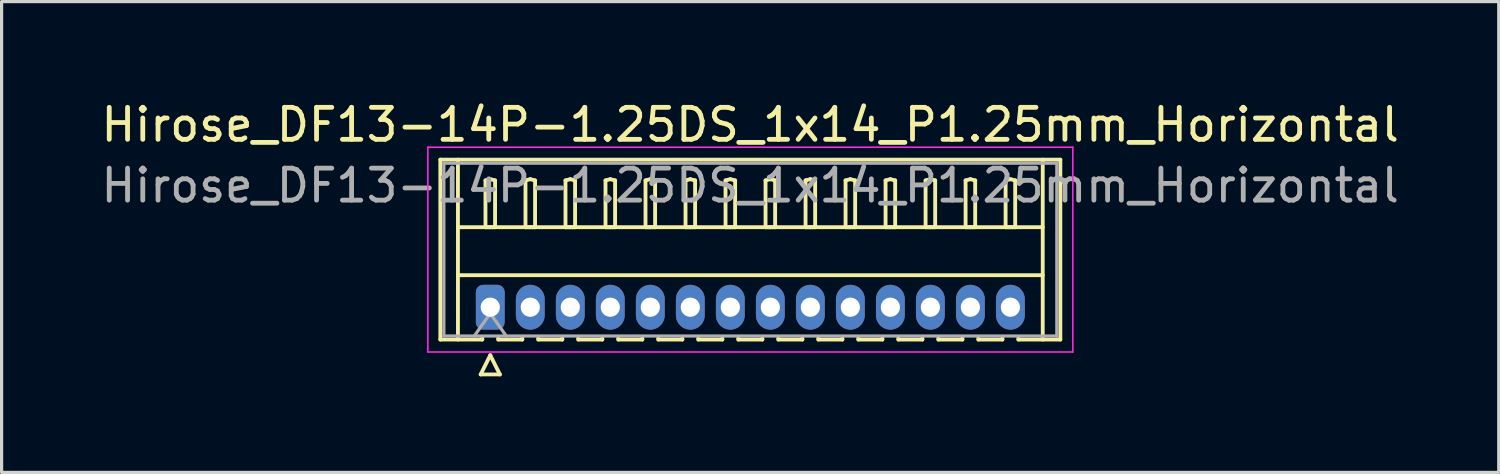
<source format=kicad_pcb>
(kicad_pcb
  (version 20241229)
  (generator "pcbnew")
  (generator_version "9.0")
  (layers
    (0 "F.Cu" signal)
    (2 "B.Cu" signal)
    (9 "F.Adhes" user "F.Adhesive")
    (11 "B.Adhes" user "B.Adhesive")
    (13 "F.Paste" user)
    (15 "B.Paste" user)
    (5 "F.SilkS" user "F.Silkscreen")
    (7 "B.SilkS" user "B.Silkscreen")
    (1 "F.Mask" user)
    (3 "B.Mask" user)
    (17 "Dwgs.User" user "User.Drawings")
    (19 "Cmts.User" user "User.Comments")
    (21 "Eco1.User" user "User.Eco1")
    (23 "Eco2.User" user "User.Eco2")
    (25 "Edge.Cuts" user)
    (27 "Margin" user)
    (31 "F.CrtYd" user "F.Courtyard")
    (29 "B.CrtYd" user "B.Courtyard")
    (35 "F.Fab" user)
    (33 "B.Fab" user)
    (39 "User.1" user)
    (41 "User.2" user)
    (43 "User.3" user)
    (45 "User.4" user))
  (footprint "Hirose_DF13-14P-1.25DS_1x14_P1.25mm_Horizontal"
    (layer "F.Cu")
    (at 12.267 6.548)
    (property "Reference" "Hirose_DF13-14P-1.25DS_1x14_P1.25mm_Horizontal" (at 8.12 -5.7 0) (layer "F.SilkS") (effects (font (size 1 1) (thickness 0.15))))
    (attr through_hole)
    (fp_line (start -1.56 -4.61) (end 17.81 -4.61) (stroke (width 0.12) (type solid)) (layer "F.SilkS"))
    (fp_line (start -1.56 1.01) (end -1.56 -4.61) (stroke (width 0.12) (type solid)) (layer "F.SilkS"))
    (fp_line (start -1.01 -4.61) (end -1.01 1.01) (stroke (width 0.12) (type solid)) (layer "F.SilkS"))
    (fp_line (start -1.01 -2.5) (end 17.26 -2.5) (stroke (width 0.12) (type solid)) (layer "F.SilkS"))
    (fp_line (start -1.01 -1) (end 17.26 -1) (stroke (width 0.12) (type solid)) (layer "F.SilkS"))
    (fp_line (start -0.3 2.1) (end 0.3 2.1) (stroke (width 0.12) (type solid)) (layer "F.SilkS"))
    (fp_line (start -0.25 0.96) (end -0.25 1.01) (stroke (width 0.12) (type solid)) (layer "F.SilkS"))
    (fp_line (start -0.25 1.01) (end -1.56 1.01) (stroke (width 0.12) (type solid)) (layer "F.SilkS"))
    (fp_line (start -0.15 -3.962) (end 0 -4) (stroke (width 0.12) (type solid)) (layer "F.SilkS"))
    (fp_line (start -0.15 -2.5) (end -0.15 -3.962) (stroke (width 0.12) (type solid)) (layer "F.SilkS"))
    (fp_line (start 0 -4) (end 0.15 -3.962) (stroke (width 0.12) (type solid)) (layer "F.SilkS"))
    (fp_line (start 0 -2.5) (end -0.15 -2.5) (stroke (width 0.12) (type solid)) (layer "F.SilkS"))
    (fp_line (start 0 1.5) (end -0.3 2.1) (stroke (width 0.12) (type solid)) (layer "F.SilkS"))
    (fp_line (start 0.15 -3.962) (end 0.15 -2.5) (stroke (width 0.12) (type solid)) (layer "F.SilkS"))
    (fp_line (start 0.15 -2.5) (end 0 -2.5) (stroke (width 0.12) (type solid)) (layer "F.SilkS"))
    (fp_line (start 0.25 0.96) (end 0.25 1.01) (stroke (width 0.12) (type solid)) (layer "F.SilkS"))
    (fp_line (start 0.25 1.01) (end 1 1.01) (stroke (width 0.12) (type solid)) (layer "F.SilkS"))
    (fp_line (start 0.3 2.1) (end 0 1.5) (stroke (width 0.12) (type solid)) (layer "F.SilkS"))
    (fp_line (start 1 1.01) (end 1 0.96) (stroke (width 0.12) (type solid)) (layer "F.SilkS"))
    (fp_line (start 1.1 -3.962) (end 1.25 -4) (stroke (width 0.12) (type solid)) (layer "F.SilkS"))
    (fp_line (start 1.1 -2.5) (end 1.1 -3.962) (stroke (width 0.12) (type solid)) (layer "F.SilkS"))
    (fp_line (start 1.25 -4) (end 1.4 -3.962) (stroke (width 0.12) (type solid)) (layer "F.SilkS"))
    (fp_line (start 1.25 -2.5) (end 1.1 -2.5) (stroke (width 0.12) (type solid)) (layer "F.SilkS"))
    (fp_line (start 1.4 -3.962) (end 1.4 -2.5) (stroke (width 0.12) (type solid)) (layer "F.SilkS"))
    (fp_line (start 1.4 -2.5) (end 1.25 -2.5) (stroke (width 0.12) (type solid)) (layer "F.SilkS"))
    (fp_line (start 1.5 0.96) (end 1.5 1.01) (stroke (width 0.12) (type solid)) (layer "F.SilkS"))
    (fp_line (start 1.5 1.01) (end 2.25 1.01) (stroke (width 0.12) (type solid)) (layer "F.SilkS"))
    (fp_line (start 2.25 1.01) (end 2.25 0.96) (stroke (width 0.12) (type solid)) (layer "F.SilkS"))
    (fp_line (start 2.35 -3.962) (end 2.5 -4) (stroke (width 0.12) (type solid)) (layer "F.SilkS"))
    (fp_line (start 2.35 -2.5) (end 2.35 -3.962) (stroke (width 0.12) (type solid)) (layer "F.SilkS"))
    (fp_line (start 2.5 -4) (end 2.65 -3.962) (stroke (width 0.12) (type solid)) (layer "F.SilkS"))
    (fp_line (start 2.5 -2.5) (end 2.35 -2.5) (stroke (width 0.12) (type solid)) (layer "F.SilkS"))
    (fp_line (start 2.65 -3.962) (end 2.65 -2.5) (stroke (width 0.12) (type solid)) (layer "F.SilkS"))
    (fp_line (start 2.65 -2.5) (end 2.5 -2.5) (stroke (width 0.12) (type solid)) (layer "F.SilkS"))
    (fp_line (start 2.75 0.96) (end 2.75 1.01) (stroke (width 0.12) (type solid)) (layer "F.SilkS"))
    (fp_line (start 2.75 1.01) (end 3.5 1.01) (stroke (width 0.12) (type solid)) (layer "F.SilkS"))
    (fp_line (start 3.5 1.01) (end 3.5 0.96) (stroke (width 0.12) (type solid)) (layer "F.SilkS"))
    (fp_line (start 3.6 -3.962) (end 3.75 -4) (stroke (width 0.12) (type solid)) (layer "F.SilkS"))
    (fp_line (start 3.6 -2.5) (end 3.6 -3.962) (stroke (width 0.12) (type solid)) (layer "F.SilkS"))
    (fp_line (start 3.75 -4) (end 3.9 -3.962) (stroke (width 0.12) (type solid)) (layer "F.SilkS"))
    (fp_line (start 3.75 -2.5) (end 3.6 -2.5) (stroke (width 0.12) (type solid)) (layer "F.SilkS"))
    (fp_line (start 3.9 -3.962) (end 3.9 -2.5) (stroke (width 0.12) (type solid)) (layer "F.SilkS"))
    (fp_line (start 3.9 -2.5) (end 3.75 -2.5) (stroke (width 0.12) (type solid)) (layer "F.SilkS"))
    (fp_line (start 4 0.96) (end 4 1.01) (stroke (width 0.12) (type solid)) (layer "F.SilkS"))
    (fp_line (start 4 1.01) (end 4.75 1.01) (stroke (width 0.12) (type solid)) (layer "F.SilkS"))
    (fp_line (start 4.75 1.01) (end 4.75 0.96) (stroke (width 0.12) (type solid)) (layer "F.SilkS"))
    (fp_line (start 4.85 -3.962) (end 5 -4) (stroke (width 0.12) (type solid)) (layer "F.SilkS"))
    (fp_line (start 4.85 -2.5) (end 4.85 -3.962) (stroke (width 0.12) (type solid)) (layer "F.SilkS"))
    (fp_line (start 5 -4) (end 5.15 -3.962) (stroke (width 0.12) (type solid)) (layer "F.SilkS"))
    (fp_line (start 5 -2.5) (end 4.85 -2.5) (stroke (width 0.12) (type solid)) (layer "F.SilkS"))
    (fp_line (start 5.15 -3.962) (end 5.15 -2.5) (stroke (width 0.12) (type solid)) (layer "F.SilkS"))
    (fp_line (start 5.15 -2.5) (end 5 -2.5) (stroke (width 0.12) (type solid)) (layer "F.SilkS"))
    (fp_line (start 5.25 0.96) (end 5.25 1.01) (stroke (width 0.12) (type solid)) (layer "F.SilkS"))
    (fp_line (start 5.25 1.01) (end 6 1.01) (stroke (width 0.12) (type solid)) (layer "F.SilkS"))
    (fp_line (start 6 1.01) (end 6 0.96) (stroke (width 0.12) (type solid)) (layer "F.SilkS"))
    (fp_line (start 6.1 -3.962) (end 6.25 -4) (stroke (width 0.12) (type solid)) (layer "F.SilkS"))
    (fp_line (start 6.1 -2.5) (end 6.1 -3.962) (stroke (width 0.12) (type solid)) (layer "F.SilkS"))
    (fp_line (start 6.25 -4) (end 6.4 -3.962) (stroke (width 0.12) (type solid)) (layer "F.SilkS"))
    (fp_line (start 6.25 -2.5) (end 6.1 -2.5) (stroke (width 0.12) (type solid)) (layer "F.SilkS"))
    (fp_line (start 6.4 -3.962) (end 6.4 -2.5) (stroke (width 0.12) (type solid)) (layer "F.SilkS"))
    (fp_line (start 6.4 -2.5) (end 6.25 -2.5) (stroke (width 0.12) (type solid)) (layer "F.SilkS"))
    (fp_line (start 6.5 0.96) (end 6.5 1.01) (stroke (width 0.12) (type solid)) (layer "F.SilkS"))
    (fp_line (start 6.5 1.01) (end 7.25 1.01) (stroke (width 0.12) (type solid)) (layer "F.SilkS"))
    (fp_line (start 7.25 1.01) (end 7.25 0.96) (stroke (width 0.12) (type solid)) (layer "F.SilkS"))
    (fp_line (start 7.35 -3.962) (end 7.5 -4) (stroke (width 0.12) (type solid)) (layer "F.SilkS"))
    (fp_line (start 7.35 -2.5) (end 7.35 -3.962) (stroke (width 0.12) (type solid)) (layer "F.SilkS"))
    (fp_line (start 7.5 -4) (end 7.65 -3.962) (stroke (width 0.12) (type solid)) (layer "F.SilkS"))
    (fp_line (start 7.5 -2.5) (end 7.35 -2.5) (stroke (width 0.12) (type solid)) (layer "F.SilkS"))
    (fp_line (start 7.65 -3.962) (end 7.65 -2.5) (stroke (width 0.12) (type solid)) (layer "F.SilkS"))
    (fp_line (start 7.65 -2.5) (end 7.5 -2.5) (stroke (width 0.12) (type solid)) (layer "F.SilkS"))
    (fp_line (start 7.75 0.96) (end 7.75 1.01) (stroke (width 0.12) (type solid)) (layer "F.SilkS"))
    (fp_line (start 7.75 1.01) (end 8.5 1.01) (stroke (width 0.12) (type solid)) (layer "F.SilkS"))
    (fp_line (start 8.5 1.01) (end 8.5 0.96) (stroke (width 0.12) (type solid)) (layer "F.SilkS"))
    (fp_line (start 8.6 -3.962) (end 8.75 -4) (stroke (width 0.12) (type solid)) (layer "F.SilkS"))
    (fp_line (start 8.6 -2.5) (end 8.6 -3.962) (stroke (width 0.12) (type solid)) (layer "F.SilkS"))
    (fp_line (start 8.75 -4) (end 8.9 -3.962) (stroke (width 0.12) (type solid)) (layer "F.SilkS"))
    (fp_line (start 8.75 -2.5) (end 8.6 -2.5) (stroke (width 0.12) (type solid)) (layer "F.SilkS"))
    (fp_line (start 8.9 -3.962) (end 8.9 -2.5) (stroke (width 0.12) (type solid)) (layer "F.SilkS"))
    (fp_line (start 8.9 -2.5) (end 8.75 -2.5) (stroke (width 0.12) (type solid)) (layer "F.SilkS"))
    (fp_line (start 9 0.96) (end 9 1.01) (stroke (width 0.12) (type solid)) (layer "F.SilkS"))
    (fp_line (start 9 1.01) (end 9.75 1.01) (stroke (width 0.12) (type solid)) (layer "F.SilkS"))
    (fp_line (start 9.75 1.01) (end 9.75 0.96) (stroke (width 0.12) (type solid)) (layer "F.SilkS"))
    (fp_line (start 9.85 -3.962) (end 10 -4) (stroke (width 0.12) (type solid)) (layer "F.SilkS"))
    (fp_line (start 9.85 -2.5) (end 9.85 -3.962) (stroke (width 0.12) (type solid)) (layer "F.SilkS"))
    (fp_line (start 10 -4) (end 10.15 -3.962) (stroke (width 0.12) (type solid)) (layer "F.SilkS"))
    (fp_line (start 10 -2.5) (end 9.85 -2.5) (stroke (width 0.12) (type solid)) (layer "F.SilkS"))
    (fp_line (start 10.15 -3.962) (end 10.15 -2.5) (stroke (width 0.12) (type solid)) (layer "F.SilkS"))
    (fp_line (start 10.15 -2.5) (end 10 -2.5) (stroke (width 0.12) (type solid)) (layer "F.SilkS"))
    (fp_line (start 10.25 0.96) (end 10.25 1.01) (stroke (width 0.12) (type solid)) (layer "F.SilkS"))
    (fp_line (start 10.25 1.01) (end 11 1.01) (stroke (width 0.12) (type solid)) (layer "F.SilkS"))
    (fp_line (start 11 1.01) (end 11 0.96) (stroke (width 0.12) (type solid)) (layer "F.SilkS"))
    (fp_line (start 11.1 -3.962) (end 11.25 -4) (stroke (width 0.12) (type solid)) (layer "F.SilkS"))
    (fp_line (start 11.1 -2.5) (end 11.1 -3.962) (stroke (width 0.12) (type solid)) (layer "F.SilkS"))
    (fp_line (start 11.25 -4) (end 11.4 -3.962) (stroke (width 0.12) (type solid)) (layer "F.SilkS"))
    (fp_line (start 11.25 -2.5) (end 11.1 -2.5) (stroke (width 0.12) (type solid)) (layer "F.SilkS"))
    (fp_line (start 11.4 -3.962) (end 11.4 -2.5) (stroke (width 0.12) (type solid)) (layer "F.SilkS"))
    (fp_line (start 11.4 -2.5) (end 11.25 -2.5) (stroke (width 0.12) (type solid)) (layer "F.SilkS"))
    (fp_line (start 11.5 0.96) (end 11.5 1.01) (stroke (width 0.12) (type solid)) (layer "F.SilkS"))
    (fp_line (start 11.5 1.01) (end 12.25 1.01) (stroke (width 0.12) (type solid)) (layer "F.SilkS"))
    (fp_line (start 12.25 1.01) (end 12.25 0.96) (stroke (width 0.12) (type solid)) (layer "F.SilkS"))
    (fp_line (start 12.35 -3.962) (end 12.5 -4) (stroke (width 0.12) (type solid)) (layer "F.SilkS"))
    (fp_line (start 12.35 -2.5) (end 12.35 -3.962) (stroke (width 0.12) (type solid)) (layer "F.SilkS"))
    (fp_line (start 12.5 -4) (end 12.65 -3.962) (stroke (width 0.12) (type solid)) (layer "F.SilkS"))
    (fp_line (start 12.5 -2.5) (end 12.35 -2.5) (stroke (width 0.12) (type solid)) (layer "F.SilkS"))
    (fp_line (start 12.65 -3.962) (end 12.65 -2.5) (stroke (width 0.12) (type solid)) (layer "F.SilkS"))
    (fp_line (start 12.65 -2.5) (end 12.5 -2.5) (stroke (width 0.12) (type solid)) (layer "F.SilkS"))
    (fp_line (start 12.75 0.96) (end 12.75 1.01) (stroke (width 0.12) (type solid)) (layer "F.SilkS"))
    (fp_line (start 12.75 1.01) (end 13.5 1.01) (stroke (width 0.12) (type solid)) (layer "F.SilkS"))
    (fp_line (start 13.5 1.01) (end 13.5 0.96) (stroke (width 0.12) (type solid)) (layer "F.SilkS"))
    (fp_line (start 13.6 -3.962) (end 13.75 -4) (stroke (width 0.12) (type solid)) (layer "F.SilkS"))
    (fp_line (start 13.6 -2.5) (end 13.6 -3.962) (stroke (width 0.12) (type solid)) (layer "F.SilkS"))
    (fp_line (start 13.75 -4) (end 13.9 -3.962) (stroke (width 0.12) (type solid)) (layer "F.SilkS"))
    (fp_line (start 13.75 -2.5) (end 13.6 -2.5) (stroke (width 0.12) (type solid)) (layer "F.SilkS"))
    (fp_line (start 13.9 -3.962) (end 13.9 -2.5) (stroke (width 0.12) (type solid)) (layer "F.SilkS"))
    (fp_line (start 13.9 -2.5) (end 13.75 -2.5) (stroke (width 0.12) (type solid)) (layer "F.SilkS"))
    (fp_line (start 14 0.96) (end 14 1.01) (stroke (width 0.12) (type solid)) (layer "F.SilkS"))
    (fp_line (start 14 1.01) (end 14.75 1.01) (stroke (width 0.12) (type solid)) (layer "F.SilkS"))
    (fp_line (start 14.75 1.01) (end 14.75 0.96) (stroke (width 0.12) (type solid)) (layer "F.SilkS"))
    (fp_line (start 14.85 -3.962) (end 15 -4) (stroke (width 0.12) (type solid)) (layer "F.SilkS"))
    (fp_line (start 14.85 -2.5) (end 14.85 -3.962) (stroke (width 0.12) (type solid)) (layer "F.SilkS"))
    (fp_line (start 15 -4) (end 15.15 -3.962) (stroke (width 0.12) (type solid)) (layer "F.SilkS"))
    (fp_line (start 15 -2.5) (end 14.85 -2.5) (stroke (width 0.12) (type solid)) (layer "F.SilkS"))
    (fp_line (start 15.15 -3.962) (end 15.15 -2.5) (stroke (width 0.12) (type solid)) (layer "F.SilkS"))
    (fp_line (start 15.15 -2.5) (end 15 -2.5) (stroke (width 0.12) (type solid)) (layer "F.SilkS"))
    (fp_line (start 15.25 0.96) (end 15.25 1.01) (stroke (width 0.12) (type solid)) (layer "F.SilkS"))
    (fp_line (start 15.25 1.01) (end 16 1.01) (stroke (width 0.12) (type solid)) (layer "F.SilkS"))
    (fp_line (start 16 1.01) (end 16 0.96) (stroke (width 0.12) (type solid)) (layer "F.SilkS"))
    (fp_line (start 16.1 -3.962) (end 16.25 -4) (stroke (width 0.12) (type solid)) (layer "F.SilkS"))
    (fp_line (start 16.1 -2.5) (end 16.1 -3.962) (stroke (width 0.12) (type solid)) (layer "F.SilkS"))
    (fp_line (start 16.25 -4) (end 16.4 -3.962) (stroke (width 0.12) (type solid)) (layer "F.SilkS"))
    (fp_line (start 16.25 -2.5) (end 16.1 -2.5) (stroke (width 0.12) (type solid)) (layer "F.SilkS"))
    (fp_line (start 16.4 -3.962) (end 16.4 -2.5) (stroke (width 0.12) (type solid)) (layer "F.SilkS"))
    (fp_line (start 16.4 -2.5) (end 16.25 -2.5) (stroke (width 0.12) (type solid)) (layer "F.SilkS"))
    (fp_line (start 16.5 1.01) (end 16.5 0.96) (stroke (width 0.12) (type solid)) (layer "F.SilkS"))
    (fp_line (start 17.26 -4.61) (end 17.26 1.01) (stroke (width 0.12) (type solid)) (layer "F.SilkS"))
    (fp_line (start 17.81 -4.61) (end 17.81 1.01) (stroke (width 0.12) (type solid)) (layer "F.SilkS"))
    (fp_line (start 17.81 1.01) (end 16.5 1.01) (stroke (width 0.12) (type solid)) (layer "F.SilkS"))
    (fp_line (start -1.95 -5) (end -1.95 1.4) (stroke (width 0.05) (type solid)) (layer "F.CrtYd"))
    (fp_line (start -1.95 1.4) (end 18.2 1.4) (stroke (width 0.05) (type solid)) (layer "F.CrtYd"))
    (fp_line (start 18.2 -5) (end -1.95 -5) (stroke (width 0.05) (type solid)) (layer "F.CrtYd"))
    (fp_line (start 18.2 1.4) (end 18.2 -5) (stroke (width 0.05) (type solid)) (layer "F.CrtYd"))
    (fp_line (start -1.45 -4.5) (end -1.45 0.9) (stroke (width 0.1) (type solid)) (layer "F.Fab"))
    (fp_line (start -1.45 0.9) (end 17.7 0.9) (stroke (width 0.1) (type solid)) (layer "F.Fab"))
    (fp_line (start -0.5 0.9) (end 0 0.193) (stroke (width 0.1) (type solid)) (layer "F.Fab"))
    (fp_line (start 0 0.193) (end 0.5 0.9) (stroke (width 0.1) (type solid)) (layer "F.Fab"))
    (fp_line (start 17.7 -4.5) (end -1.45 -4.5) (stroke (width 0.1) (type solid)) (layer "F.Fab"))
    (fp_line (start 17.7 0.9) (end 17.7 -4.5) (stroke (width 0.1) (type solid)) (layer "F.Fab"))
    (fp_text user "${REFERENCE}" (at 8.12 -3.8 0) (layer "F.Fab") (effects (font (size 1 1) (thickness 0.15))))
    (pad "1" thru_hole roundrect (at 0 0) (size 0.9 1.4) (drill 0.6) (layers "*.Cu" "*.Mask") (roundrect_rratio 0.25))
    (pad "2" thru_hole oval (at 1.25 0) (size 0.9 1.4) (drill 0.6) (layers "*.Cu" "*.Mask"))
    (pad "3" thru_hole oval (at 2.5 0) (size 0.9 1.4) (drill 0.6) (layers "*.Cu" "*.Mask"))
    (pad "4" thru_hole oval (at 3.75 0) (size 0.9 1.4) (drill 0.6) (layers "*.Cu" "*.Mask"))
    (pad "5" thru_hole oval (at 5 0) (size 0.9 1.4) (drill 0.6) (layers "*.Cu" "*.Mask"))
    (pad "6" thru_hole oval (at 6.25 0) (size 0.9 1.4) (drill 0.6) (layers "*.Cu" "*.Mask"))
    (pad "7" thru_hole oval (at 7.5 0) (size 0.9 1.4) (drill 0.6) (layers "*.Cu" "*.Mask"))
    (pad "8" thru_hole oval (at 8.75 0) (size 0.9 1.4) (drill 0.6) (layers "*.Cu" "*.Mask"))
    (pad "9" thru_hole oval (at 10 0) (size 0.9 1.4) (drill 0.6) (layers "*.Cu" "*.Mask"))
    (pad "10" thru_hole oval (at 11.25 0) (size 0.9 1.4) (drill 0.6) (layers "*.Cu" "*.Mask"))
    (pad "11" thru_hole oval (at 12.5 0) (size 0.9 1.4) (drill 0.6) (layers "*.Cu" "*.Mask"))
    (pad "12" thru_hole oval (at 13.75 0) (size 0.9 1.4) (drill 0.6) (layers "*.Cu" "*.Mask"))
    (pad "13" thru_hole oval (at 15 0) (size 0.9 1.4) (drill 0.6) (layers "*.Cu" "*.Mask"))
    (pad "14" thru_hole oval (at 16.25 0) (size 0.9 1.4) (drill 0.6) (layers "*.Cu" "*.Mask")))
  (gr_rect
    (start -3 -3)
    (end 43.774 11.708)
    (stroke (width 0.1) (type default))
    (fill no)
    (layer "Edge.Cuts")))
</source>
